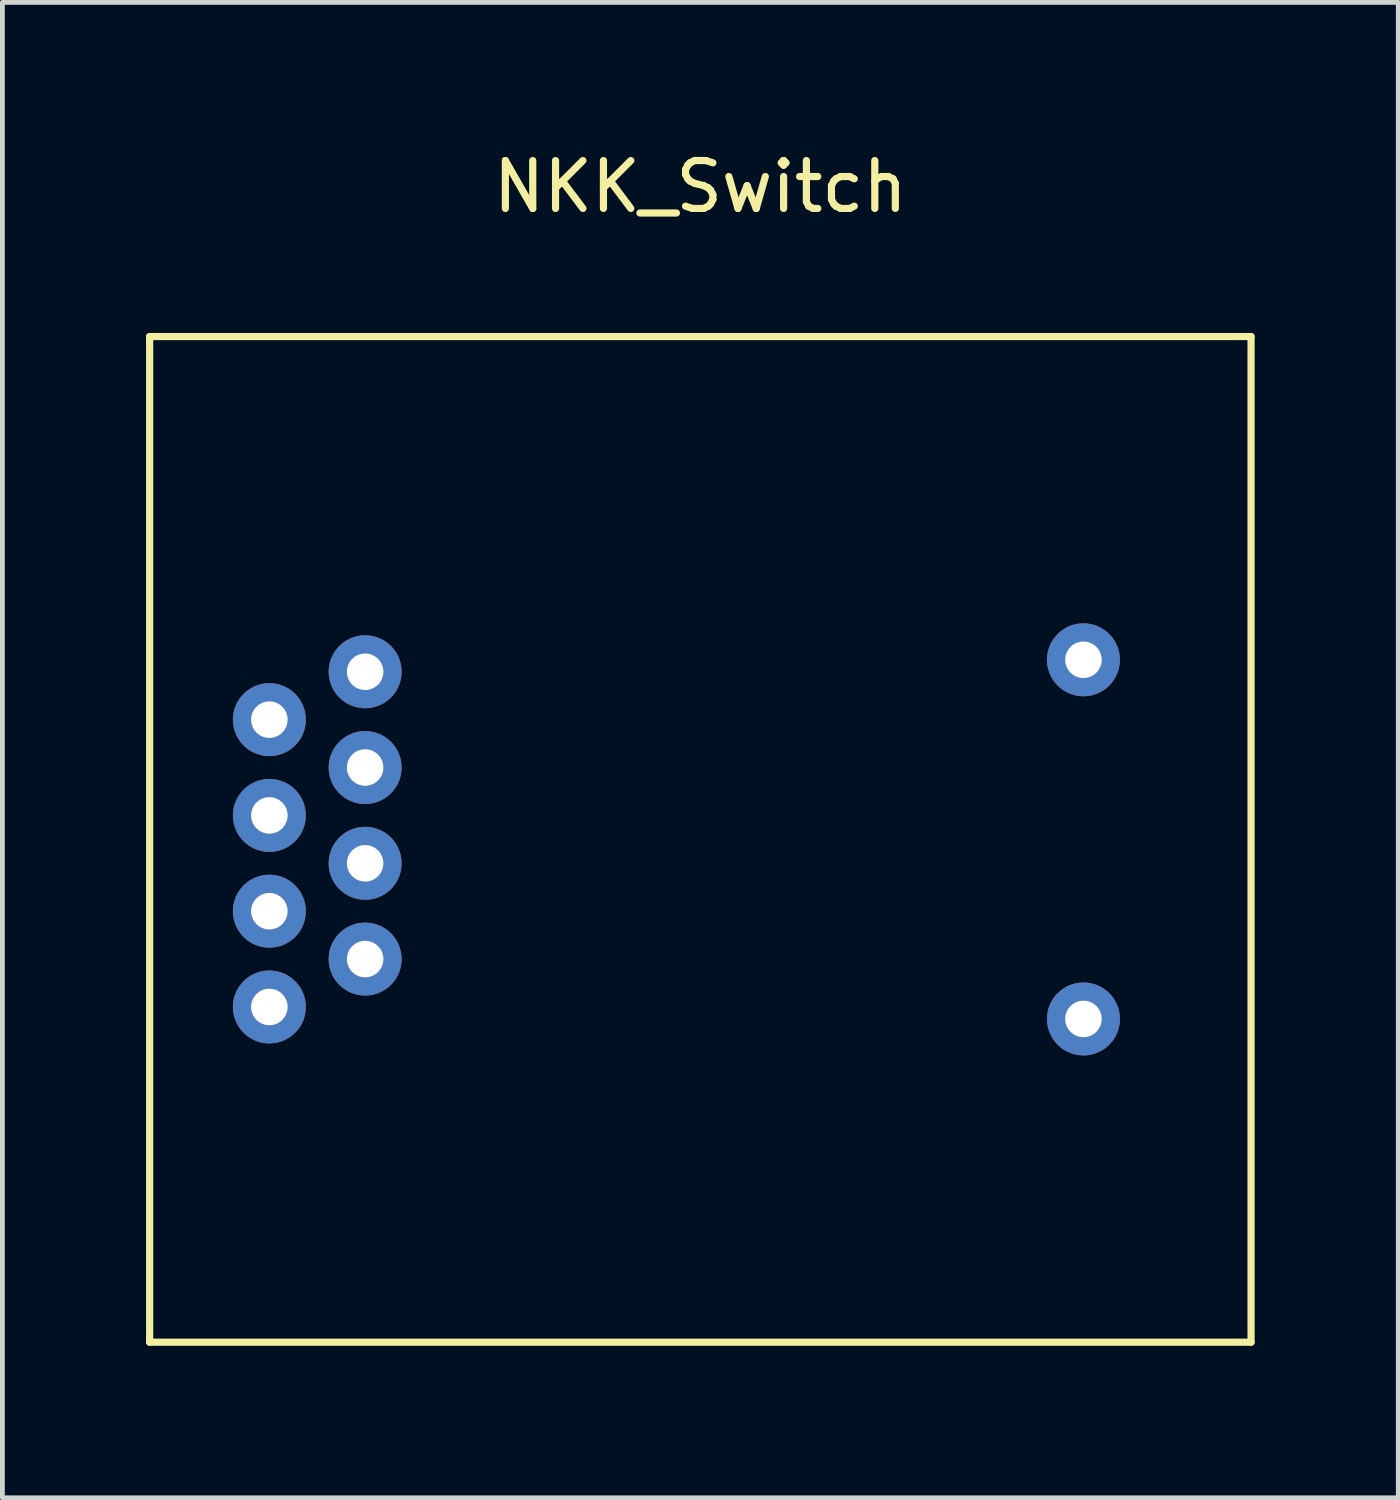
<source format=kicad_pcb>
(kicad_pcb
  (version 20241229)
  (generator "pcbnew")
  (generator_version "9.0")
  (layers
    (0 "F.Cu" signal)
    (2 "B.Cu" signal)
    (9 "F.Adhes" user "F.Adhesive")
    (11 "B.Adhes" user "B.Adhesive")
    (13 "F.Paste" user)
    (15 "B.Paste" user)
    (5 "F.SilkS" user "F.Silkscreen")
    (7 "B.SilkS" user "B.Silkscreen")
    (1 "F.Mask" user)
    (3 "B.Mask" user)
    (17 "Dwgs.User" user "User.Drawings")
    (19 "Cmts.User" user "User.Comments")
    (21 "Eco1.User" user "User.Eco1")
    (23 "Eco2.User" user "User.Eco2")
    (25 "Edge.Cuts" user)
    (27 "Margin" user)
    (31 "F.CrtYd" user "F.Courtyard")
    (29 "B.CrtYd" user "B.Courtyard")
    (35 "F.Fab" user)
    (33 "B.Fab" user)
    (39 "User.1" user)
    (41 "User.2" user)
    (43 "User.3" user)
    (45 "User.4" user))
  (footprint "NKK_Switch"
    (layer "F.Cu")
    (at 11.575 24.978)
    (property "Reference" "NKK_Switch" (at 0 -24.13 0) (layer "F.SilkS") (effects (font (size 1 1) (thickness 0.15))))
    (attr through_hole)
    (fp_line (start -11.5 -21) (end -11.5 0) (stroke (width 0.15) (type solid)) (layer "F.SilkS"))
    (fp_line (start -11.5 -21) (end 11.5 -21) (stroke (width 0.15) (type solid)) (layer "F.SilkS"))
    (fp_line (start -11.5 0) (end 11.5 0) (stroke (width 0.15) (type solid)) (layer "F.SilkS"))
    (fp_line (start 11.5 -21) (end 11.5 0) (stroke (width 0.15) (type solid)) (layer "F.SilkS"))
    (pad "1" thru_hole circle (at 8 -6.75) (size 1.524 1.524) (drill 0.762) (layers "*.Cu" "*.Mask"))
    (pad "2" thru_hole circle (at 8 -14.25) (size 1.524 1.524) (drill 0.762) (layers "*.Cu" "*.Mask"))
    (pad "3" thru_hole circle (at -9 -7) (size 1.524 1.524) (drill 0.762) (layers "*.Cu" "*.Mask"))
    (pad "4" thru_hole circle (at -7 -8) (size 1.524 1.524) (drill 0.762) (layers "*.Cu" "*.Mask"))
    (pad "5" thru_hole circle (at -9 -9) (size 1.524 1.524) (drill 0.762) (layers "*.Cu" "*.Mask"))
    (pad "6" thru_hole circle (at -7 -10) (size 1.524 1.524) (drill 0.762) (layers "*.Cu" "*.Mask"))
    (pad "7" thru_hole circle (at -9 -11) (size 1.524 1.524) (drill 0.762) (layers "*.Cu" "*.Mask"))
    (pad "8" thru_hole circle (at -7 -12) (size 1.524 1.524) (drill 0.762) (layers "*.Cu" "*.Mask"))
    (pad "9" thru_hole circle (at -9 -13) (size 1.524 1.524) (drill 0.762) (layers "*.Cu" "*.Mask"))
    (pad "10" thru_hole circle (at -7 -14) (size 1.524 1.524) (drill 0.762) (layers "*.Cu" "*.Mask")))
  (gr_rect
    (start -3 -3)
    (end 26.15 28.228)
    (stroke (width 0.1) (type default))
    (fill no)
    (layer "Edge.Cuts")))
</source>
